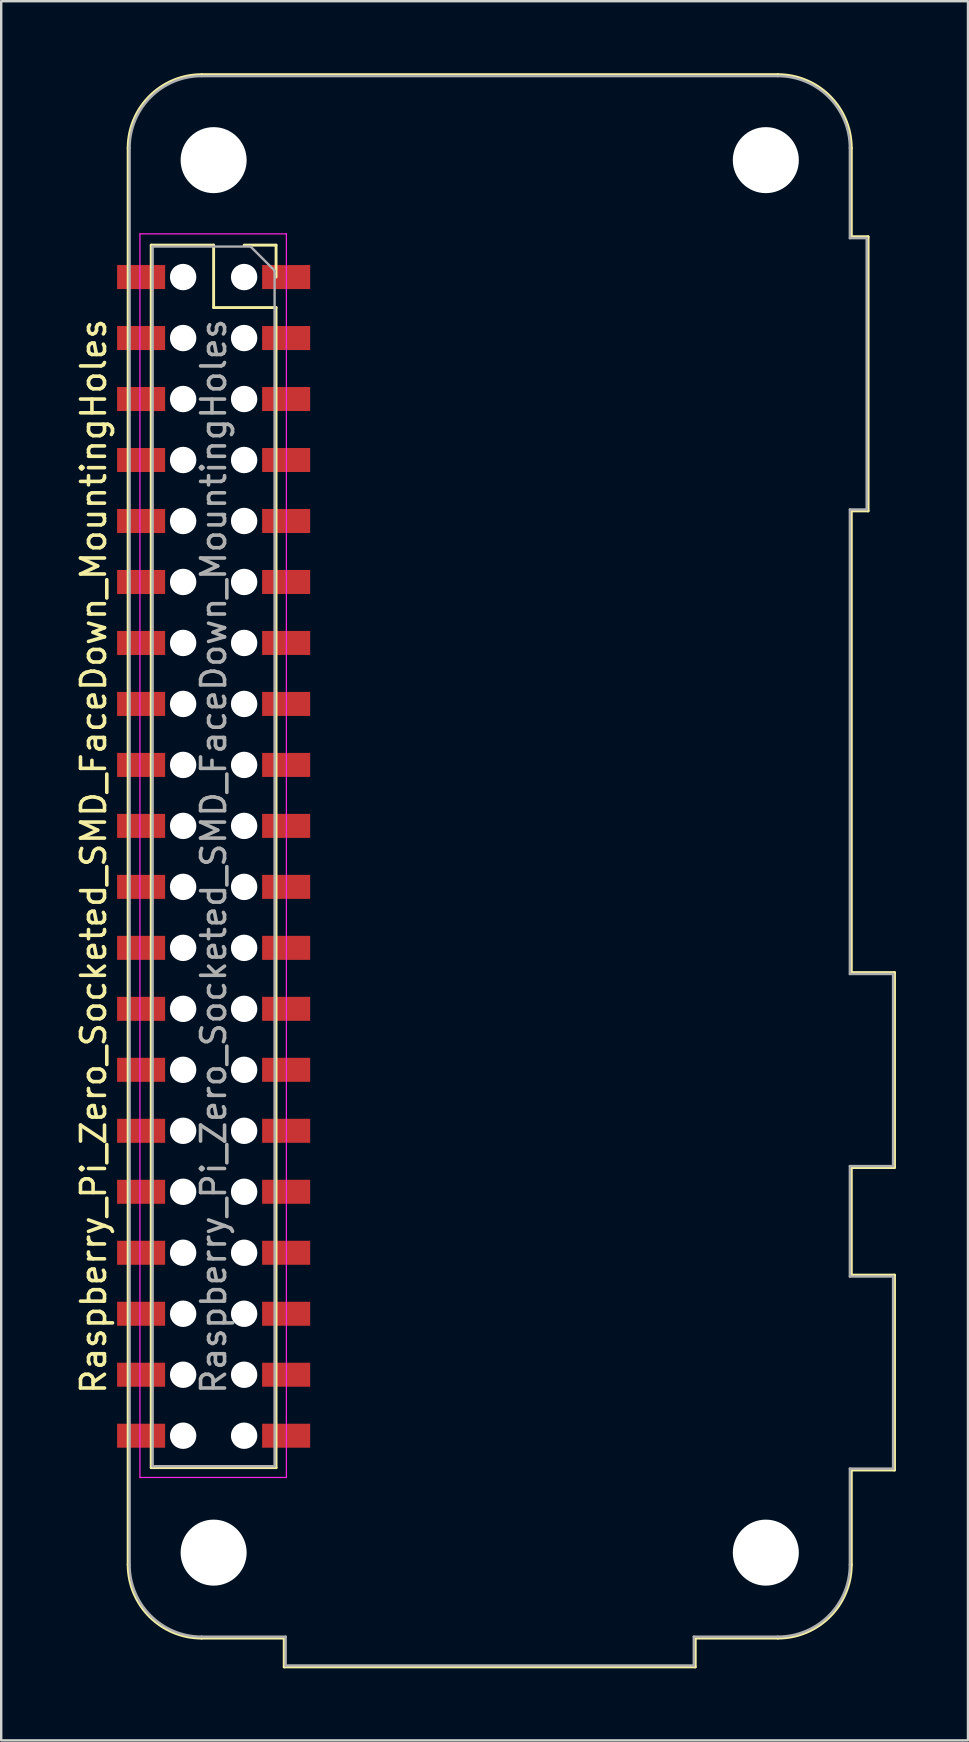
<source format=kicad_pcb>
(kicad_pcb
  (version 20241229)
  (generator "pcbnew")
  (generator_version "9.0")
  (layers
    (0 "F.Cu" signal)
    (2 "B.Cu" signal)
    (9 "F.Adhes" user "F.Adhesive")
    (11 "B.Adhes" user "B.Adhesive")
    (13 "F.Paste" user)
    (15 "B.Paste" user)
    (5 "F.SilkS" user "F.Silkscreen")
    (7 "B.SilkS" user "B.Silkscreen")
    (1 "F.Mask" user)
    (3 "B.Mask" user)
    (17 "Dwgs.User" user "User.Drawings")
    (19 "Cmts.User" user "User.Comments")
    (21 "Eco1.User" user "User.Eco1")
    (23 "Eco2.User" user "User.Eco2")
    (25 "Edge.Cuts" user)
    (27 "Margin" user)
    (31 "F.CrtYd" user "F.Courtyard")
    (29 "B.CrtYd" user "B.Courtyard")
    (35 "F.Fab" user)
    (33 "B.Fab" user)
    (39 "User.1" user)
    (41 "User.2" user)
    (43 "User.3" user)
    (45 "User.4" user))
  (footprint "Raspberry_Pi_Zero_Socketed_SMD_FaceDown_MountingHoles"
    (layer "F.Cu")
    (at 7.118 8.49)
    (property "Reference" "Raspberry_Pi_Zero_Socketed_SMD_FaceDown_MountingHoles" (at -6.27 24.13 90) (layer "F.SilkS") (effects (font (size 1 1) (thickness 0.15))))
    (attr smd)
    (fp_line (start -4.83 53.63) (end -4.83 -5.37) (stroke (width 0.12) (type solid)) (layer "F.SilkS"))
    (fp_line (start -3.87 -1.33) (end -3.87 49.59) (stroke (width 0.12) (type solid)) (layer "F.SilkS"))
    (fp_line (start -3.87 -1.33) (end -1.27 -1.33) (stroke (width 0.12) (type solid)) (layer "F.SilkS"))
    (fp_line (start -3.87 49.59) (end 1.33 49.59) (stroke (width 0.12) (type solid)) (layer "F.SilkS"))
    (fp_line (start -1.77 -8.43) (end 22.23 -8.43) (stroke (width 0.12) (type solid)) (layer "F.SilkS"))
    (fp_line (start -1.27 -1.33) (end -1.27 1.27) (stroke (width 0.12) (type solid)) (layer "F.SilkS"))
    (fp_line (start -1.27 1.27) (end 1.33 1.27) (stroke (width 0.12) (type solid)) (layer "F.SilkS"))
    (fp_line (start 0 -1.33) (end 1.33 -1.33) (stroke (width 0.12) (type solid)) (layer "F.SilkS"))
    (fp_line (start 1.33 -1.33) (end 1.33 0) (stroke (width 0.12) (type solid)) (layer "F.SilkS"))
    (fp_line (start 1.33 1.27) (end 1.33 49.59) (stroke (width 0.12) (type solid)) (layer "F.SilkS"))
    (fp_line (start 1.67 56.69) (end -1.77 56.69) (stroke (width 0.12) (type solid)) (layer "F.SilkS"))
    (fp_line (start 1.67 56.69) (end 1.67 57.89) (stroke (width 0.12) (type solid)) (layer "F.SilkS"))
    (fp_line (start 1.67 57.89) (end 18.79 57.89) (stroke (width 0.12) (type solid)) (layer "F.SilkS"))
    (fp_line (start 18.79 56.69) (end 22.23 56.69) (stroke (width 0.12) (type solid)) (layer "F.SilkS"))
    (fp_line (start 18.79 57.89) (end 18.79 56.69) (stroke (width 0.12) (type solid)) (layer "F.SilkS"))
    (fp_line (start 25.29 -1.68) (end 25.29 -5.37) (stroke (width 0.12) (type solid)) (layer "F.SilkS"))
    (fp_line (start 25.29 9.74) (end 25.99 9.74) (stroke (width 0.12) (type solid)) (layer "F.SilkS"))
    (fp_line (start 25.29 28.97) (end 25.29 9.74) (stroke (width 0.12) (type solid)) (layer "F.SilkS"))
    (fp_line (start 25.29 37.09) (end 27.09 37.09) (stroke (width 0.12) (type solid)) (layer "F.SilkS"))
    (fp_line (start 25.29 41.57) (end 25.29 37.09) (stroke (width 0.12) (type solid)) (layer "F.SilkS"))
    (fp_line (start 25.29 49.69) (end 27.09 49.69) (stroke (width 0.12) (type solid)) (layer "F.SilkS"))
    (fp_line (start 25.29 53.63) (end 25.29 49.69) (stroke (width 0.12) (type solid)) (layer "F.SilkS"))
    (fp_line (start 25.99 -1.68) (end 25.29 -1.68) (stroke (width 0.12) (type solid)) (layer "F.SilkS"))
    (fp_line (start 25.99 9.74) (end 25.99 -1.68) (stroke (width 0.12) (type solid)) (layer "F.SilkS"))
    (fp_line (start 27.09 28.97) (end 25.29 28.97) (stroke (width 0.12) (type solid)) (layer "F.SilkS"))
    (fp_line (start 27.09 37.09) (end 27.09 28.97) (stroke (width 0.12) (type solid)) (layer "F.SilkS"))
    (fp_line (start 27.09 41.57) (end 25.29 41.57) (stroke (width 0.12) (type solid)) (layer "F.SilkS"))
    (fp_line (start 27.09 49.69) (end 27.09 41.57) (stroke (width 0.12) (type solid)) (layer "F.SilkS"))
    (fp_arc (start -4.83 -5.37) (mid -3.933747 -7.533747) (end -1.77 -8.43) (stroke (width 0.12) (type solid)) (layer "F.SilkS"))
    (fp_arc (start -1.77 56.69) (mid -3.933747 55.793747) (end -4.83 53.63) (stroke (width 0.12) (type solid)) (layer "F.SilkS"))
    (fp_arc (start 22.23 -8.43) (mid 24.393747 -7.533747) (end 25.29 -5.37) (stroke (width 0.12) (type solid)) (layer "F.SilkS"))
    (fp_arc (start 25.29 53.63) (mid 24.393747 55.793747) (end 22.23 56.69) (stroke (width 0.12) (type solid)) (layer "F.SilkS"))
    (fp_line (start -4.34 -1.8) (end 1.76 -1.8) (stroke (width 0.05) (type solid)) (layer "F.CrtYd"))
    (fp_line (start -4.34 50) (end -4.34 -1.8) (stroke (width 0.05) (type solid)) (layer "F.CrtYd"))
    (fp_line (start 1.76 -1.8) (end 1.76 50) (stroke (width 0.05) (type solid)) (layer "F.CrtYd"))
    (fp_line (start 1.76 50) (end -4.34 50) (stroke (width 0.05) (type solid)) (layer "F.CrtYd"))
    (fp_line (start -4.77 53.63) (end -4.77 -5.37) (stroke (width 0.1) (type solid)) (layer "F.Fab"))
    (fp_line (start -3.81 -1.27) (end 0.27 -1.27) (stroke (width 0.1) (type solid)) (layer "F.Fab"))
    (fp_line (start -3.81 49.53) (end -3.81 -1.27) (stroke (width 0.1) (type solid)) (layer "F.Fab"))
    (fp_line (start -1.77 -8.37) (end 22.23 -8.37) (stroke (width 0.1) (type solid)) (layer "F.Fab"))
    (fp_line (start -1.77 56.63) (end 1.73 56.63) (stroke (width 0.1) (type solid)) (layer "F.Fab"))
    (fp_line (start 0.27 -1.27) (end 1.27 -0.27) (stroke (width 0.1) (type solid)) (layer "F.Fab"))
    (fp_line (start 1.27 -0.27) (end 1.27 49.53) (stroke (width 0.1) (type solid)) (layer "F.Fab"))
    (fp_line (start 1.27 49.53) (end -3.81 49.53) (stroke (width 0.1) (type solid)) (layer "F.Fab"))
    (fp_line (start 1.73 56.63) (end 1.73 57.83) (stroke (width 0.1) (type solid)) (layer "F.Fab"))
    (fp_line (start 1.73 57.83) (end 18.73 57.83) (stroke (width 0.1) (type solid)) (layer "F.Fab"))
    (fp_line (start 18.73 56.63) (end 18.73 57.83) (stroke (width 0.1) (type solid)) (layer "F.Fab"))
    (fp_line (start 22.23 56.63) (end 18.73 56.63) (stroke (width 0.1) (type solid)) (layer "F.Fab"))
    (fp_line (start 25.23 -1.62) (end 25.23 -5.37) (stroke (width 0.1) (type solid)) (layer "F.Fab"))
    (fp_line (start 25.23 -1.62) (end 25.93 -1.62) (stroke (width 0.1) (type solid)) (layer "F.Fab"))
    (fp_line (start 25.23 9.68) (end 25.93 9.68) (stroke (width 0.1) (type solid)) (layer "F.Fab"))
    (fp_line (start 25.23 29.03) (end 25.23 9.68) (stroke (width 0.1) (type solid)) (layer "F.Fab"))
    (fp_line (start 25.23 37.03) (end 27.03 37.03) (stroke (width 0.1) (type solid)) (layer "F.Fab"))
    (fp_line (start 25.23 41.63) (end 25.23 37.03) (stroke (width 0.1) (type solid)) (layer "F.Fab"))
    (fp_line (start 25.23 49.63) (end 25.23 53.63) (stroke (width 0.1) (type solid)) (layer "F.Fab"))
    (fp_line (start 25.23 49.63) (end 27.03 49.63) (stroke (width 0.1) (type solid)) (layer "F.Fab"))
    (fp_line (start 25.93 9.68) (end 25.93 -1.62) (stroke (width 0.1) (type solid)) (layer "F.Fab"))
    (fp_line (start 27.03 29.03) (end 25.23 29.03) (stroke (width 0.1) (type solid)) (layer "F.Fab"))
    (fp_line (start 27.03 37.03) (end 27.03 29.03) (stroke (width 0.1) (type solid)) (layer "F.Fab"))
    (fp_line (start 27.03 41.63) (end 25.23 41.63) (stroke (width 0.1) (type solid)) (layer "F.Fab"))
    (fp_line (start 27.03 49.63) (end 27.03 41.63) (stroke (width 0.1) (type solid)) (layer "F.Fab"))
    (fp_arc (start -4.77 -5.37) (mid -3.89132 -7.49132) (end -1.77 -8.37) (stroke (width 0.1) (type solid)) (layer "F.Fab"))
    (fp_arc (start -1.77 56.63) (mid -3.89132 55.75132) (end -4.77 53.63) (stroke (width 0.1) (type solid)) (layer "F.Fab"))
    (fp_arc (start 22.23 -8.37) (mid 24.35132 -7.49132) (end 25.23 -5.37) (stroke (width 0.1) (type solid)) (layer "F.Fab"))
    (fp_arc (start 25.23 53.63) (mid 24.35132 55.75132) (end 22.23 56.63) (stroke (width 0.1) (type solid)) (layer "F.Fab"))
    (fp_text user "${REFERENCE}" (at -1.27 24.13 90) (layer "F.Fab") (effects (font (size 1 1) (thickness 0.15))))
    (pad "" np_thru_hole circle (at -2.54 0) (size 1.1 1.1) (drill 1.1) (layers "*.Cu" "*.Mask"))
    (pad "" np_thru_hole circle (at -2.54 2.54) (size 1.1 1.1) (drill 1.1) (layers "*.Cu" "*.Mask"))
    (pad "" np_thru_hole circle (at -2.54 5.08) (size 1.1 1.1) (drill 1.1) (layers "*.Cu" "*.Mask"))
    (pad "" np_thru_hole circle (at -2.54 7.62) (size 1.1 1.1) (drill 1.1) (layers "*.Cu" "*.Mask"))
    (pad "" np_thru_hole circle (at -2.54 10.16) (size 1.1 1.1) (drill 1.1) (layers "*.Cu" "*.Mask"))
    (pad "" np_thru_hole circle (at -2.54 12.7) (size 1.1 1.1) (drill 1.1) (layers "*.Cu" "*.Mask"))
    (pad "" np_thru_hole circle (at -2.54 15.24) (size 1.1 1.1) (drill 1.1) (layers "*.Cu" "*.Mask"))
    (pad "" np_thru_hole circle (at -2.54 17.78) (size 1.1 1.1) (drill 1.1) (layers "*.Cu" "*.Mask"))
    (pad "" np_thru_hole circle (at -2.54 20.32) (size 1.1 1.1) (drill 1.1) (layers "*.Cu" "*.Mask"))
    (pad "" np_thru_hole circle (at -2.54 22.86) (size 1.1 1.1) (drill 1.1) (layers "*.Cu" "*.Mask"))
    (pad "" np_thru_hole circle (at -2.54 25.4) (size 1.1 1.1) (drill 1.1) (layers "*.Cu" "*.Mask"))
    (pad "" np_thru_hole circle (at -2.54 27.94) (size 1.1 1.1) (drill 1.1) (layers "*.Cu" "*.Mask"))
    (pad "" np_thru_hole circle (at -2.54 30.48) (size 1.1 1.1) (drill 1.1) (layers "*.Cu" "*.Mask"))
    (pad "" np_thru_hole circle (at -2.54 33.02) (size 1.1 1.1) (drill 1.1) (layers "*.Cu" "*.Mask"))
    (pad "" np_thru_hole circle (at -2.54 35.56) (size 1.1 1.1) (drill 1.1) (layers "*.Cu" "*.Mask"))
    (pad "" np_thru_hole circle (at -2.54 38.1) (size 1.1 1.1) (drill 1.1) (layers "*.Cu" "*.Mask"))
    (pad "" np_thru_hole circle (at -2.54 40.64) (size 1.1 1.1) (drill 1.1) (layers "*.Cu" "*.Mask"))
    (pad "" np_thru_hole circle (at -2.54 43.18) (size 1.1 1.1) (drill 1.1) (layers "*.Cu" "*.Mask"))
    (pad "" np_thru_hole circle (at -2.54 45.72) (size 1.1 1.1) (drill 1.1) (layers "*.Cu" "*.Mask"))
    (pad "" np_thru_hole circle (at -2.54 48.26) (size 1.1 1.1) (drill 1.1) (layers "*.Cu" "*.Mask"))
    (pad "" np_thru_hole circle (at -1.27 -4.87 90) (size 2.75 2.75) (drill 2.75) (layers "*.Cu" "*.Mask"))
    (pad "" np_thru_hole circle (at -1.27 53.13 90) (size 2.75 2.75) (drill 2.75) (layers "*.Cu" "*.Mask"))
    (pad "" np_thru_hole circle (at 0 0) (size 1.1 1.1) (drill 1.1) (layers "*.Cu" "*.Mask"))
    (pad "" np_thru_hole circle (at 0 2.54) (size 1.1 1.1) (drill 1.1) (layers "*.Cu" "*.Mask"))
    (pad "" np_thru_hole circle (at 0 5.08) (size 1.1 1.1) (drill 1.1) (layers "*.Cu" "*.Mask"))
    (pad "" np_thru_hole circle (at 0 7.62) (size 1.1 1.1) (drill 1.1) (layers "*.Cu" "*.Mask"))
    (pad "" np_thru_hole circle (at 0 10.16) (size 1.1 1.1) (drill 1.1) (layers "*.Cu" "*.Mask"))
    (pad "" np_thru_hole circle (at 0 12.7) (size 1.1 1.1) (drill 1.1) (layers "*.Cu" "*.Mask"))
    (pad "" np_thru_hole circle (at 0 15.24) (size 1.1 1.1) (drill 1.1) (layers "*.Cu" "*.Mask"))
    (pad "" np_thru_hole circle (at 0 17.78) (size 1.1 1.1) (drill 1.1) (layers "*.Cu" "*.Mask"))
    (pad "" np_thru_hole circle (at 0 20.32) (size 1.1 1.1) (drill 1.1) (layers "*.Cu" "*.Mask"))
    (pad "" np_thru_hole circle (at 0 22.86) (size 1.1 1.1) (drill 1.1) (layers "*.Cu" "*.Mask"))
    (pad "" np_thru_hole circle (at 0 25.4) (size 1.1 1.1) (drill 1.1) (layers "*.Cu" "*.Mask"))
    (pad "" np_thru_hole circle (at 0 27.94) (size 1.1 1.1) (drill 1.1) (layers "*.Cu" "*.Mask"))
    (pad "" np_thru_hole circle (at 0 30.48) (size 1.1 1.1) (drill 1.1) (layers "*.Cu" "*.Mask"))
    (pad "" np_thru_hole circle (at 0 33.02) (size 1.1 1.1) (drill 1.1) (layers "*.Cu" "*.Mask"))
    (pad "" np_thru_hole circle (at 0 35.56) (size 1.1 1.1) (drill 1.1) (layers "*.Cu" "*.Mask"))
    (pad "" np_thru_hole circle (at 0 38.1) (size 1.1 1.1) (drill 1.1) (layers "*.Cu" "*.Mask"))
    (pad "" np_thru_hole circle (at 0 40.64) (size 1.1 1.1) (drill 1.1) (layers "*.Cu" "*.Mask"))
    (pad "" np_thru_hole circle (at 0 43.18) (size 1.1 1.1) (drill 1.1) (layers "*.Cu" "*.Mask"))
    (pad "" np_thru_hole circle (at 0 45.72) (size 1.1 1.1) (drill 1.1) (layers "*.Cu" "*.Mask"))
    (pad "" np_thru_hole circle (at 0 48.26) (size 1.1 1.1) (drill 1.1) (layers "*.Cu" "*.Mask"))
    (pad "" np_thru_hole circle (at 21.73 -4.87 90) (size 2.75 2.75) (drill 2.75) (layers "*.Cu" "*.Mask"))
    (pad "" np_thru_hole circle (at 21.73 53.13 90) (size 2.75 2.75) (drill 2.75) (layers "*.Cu" "*.Mask"))
    (pad "1" smd rect (at 1.75 0) (size 2 1) (layers "F.Cu" "F.Mask" "F.Paste"))
    (pad "2" smd rect (at -4.29 0) (size 2 1) (layers "F.Cu" "F.Mask" "F.Paste"))
    (pad "3" smd rect (at 1.75 2.54) (size 2 1) (layers "F.Cu" "F.Mask" "F.Paste"))
    (pad "4" smd rect (at -4.29 2.54) (size 2 1) (layers "F.Cu" "F.Mask" "F.Paste"))
    (pad "5" smd rect (at 1.75 5.08) (size 2 1) (layers "F.Cu" "F.Mask" "F.Paste"))
    (pad "6" smd rect (at -4.29 5.08) (size 2 1) (layers "F.Cu" "F.Mask" "F.Paste"))
    (pad "7" smd rect (at 1.75 7.62) (size 2 1) (layers "F.Cu" "F.Mask" "F.Paste"))
    (pad "8" smd rect (at -4.29 7.62) (size 2 1) (layers "F.Cu" "F.Mask" "F.Paste"))
    (pad "9" smd rect (at 1.75 10.16) (size 2 1) (layers "F.Cu" "F.Mask" "F.Paste"))
    (pad "10" smd rect (at -4.29 10.16) (size 2 1) (layers "F.Cu" "F.Mask" "F.Paste"))
    (pad "11" smd rect (at 1.75 12.7) (size 2 1) (layers "F.Cu" "F.Mask" "F.Paste"))
    (pad "12" smd rect (at -4.29 12.7) (size 2 1) (layers "F.Cu" "F.Mask" "F.Paste"))
    (pad "13" smd rect (at 1.75 15.24) (size 2 1) (layers "F.Cu" "F.Mask" "F.Paste"))
    (pad "14" smd rect (at -4.29 15.24) (size 2 1) (layers "F.Cu" "F.Mask" "F.Paste"))
    (pad "15" smd rect (at 1.75 17.78) (size 2 1) (layers "F.Cu" "F.Mask" "F.Paste"))
    (pad "16" smd rect (at -4.29 17.78) (size 2 1) (layers "F.Cu" "F.Mask" "F.Paste"))
    (pad "17" smd rect (at 1.75 20.32) (size 2 1) (layers "F.Cu" "F.Mask" "F.Paste"))
    (pad "18" smd rect (at -4.29 20.32) (size 2 1) (layers "F.Cu" "F.Mask" "F.Paste"))
    (pad "19" smd rect (at 1.75 22.86) (size 2 1) (layers "F.Cu" "F.Mask" "F.Paste"))
    (pad "20" smd rect (at -4.29 22.86) (size 2 1) (layers "F.Cu" "F.Mask" "F.Paste"))
    (pad "21" smd rect (at 1.75 25.4) (size 2 1) (layers "F.Cu" "F.Mask" "F.Paste"))
    (pad "22" smd rect (at -4.29 25.4) (size 2 1) (layers "F.Cu" "F.Mask" "F.Paste"))
    (pad "23" smd rect (at 1.75 27.94) (size 2 1) (layers "F.Cu" "F.Mask" "F.Paste"))
    (pad "24" smd rect (at -4.29 27.94) (size 2 1) (layers "F.Cu" "F.Mask" "F.Paste"))
    (pad "25" smd rect (at 1.75 30.48) (size 2 1) (layers "F.Cu" "F.Mask" "F.Paste"))
    (pad "26" smd rect (at -4.29 30.48) (size 2 1) (layers "F.Cu" "F.Mask" "F.Paste"))
    (pad "27" smd rect (at 1.75 33.02) (size 2 1) (layers "F.Cu" "F.Mask" "F.Paste"))
    (pad "28" smd rect (at -4.29 33.02) (size 2 1) (layers "F.Cu" "F.Mask" "F.Paste"))
    (pad "29" smd rect (at 1.75 35.56) (size 2 1) (layers "F.Cu" "F.Mask" "F.Paste"))
    (pad "30" smd rect (at -4.29 35.56) (size 2 1) (layers "F.Cu" "F.Mask" "F.Paste"))
    (pad "31" smd rect (at 1.75 38.1) (size 2 1) (layers "F.Cu" "F.Mask" "F.Paste"))
    (pad "32" smd rect (at -4.29 38.1) (size 2 1) (layers "F.Cu" "F.Mask" "F.Paste"))
    (pad "33" smd rect (at 1.75 40.64) (size 2 1) (layers "F.Cu" "F.Mask" "F.Paste"))
    (pad "34" smd rect (at -4.29 40.64) (size 2 1) (layers "F.Cu" "F.Mask" "F.Paste"))
    (pad "35" smd rect (at 1.75 43.18) (size 2 1) (layers "F.Cu" "F.Mask" "F.Paste"))
    (pad "36" smd rect (at -4.29 43.18) (size 2 1) (layers "F.Cu" "F.Mask" "F.Paste"))
    (pad "37" smd rect (at 1.75 45.72) (size 2 1) (layers "F.Cu" "F.Mask" "F.Paste"))
    (pad "38" smd rect (at -4.29 45.72) (size 2 1) (layers "F.Cu" "F.Mask" "F.Paste"))
    (pad "39" smd rect (at 1.75 48.26) (size 2 1) (layers "F.Cu" "F.Mask" "F.Paste"))
    (pad "40" smd rect (at -4.29 48.26) (size 2 1) (layers "F.Cu" "F.Mask" "F.Paste")))
  (gr_rect
    (start -3 -3)
    (end 37.268 69.44)
    (stroke (width 0.1) (type default))
    (fill no)
    (layer "Edge.Cuts")))
</source>
